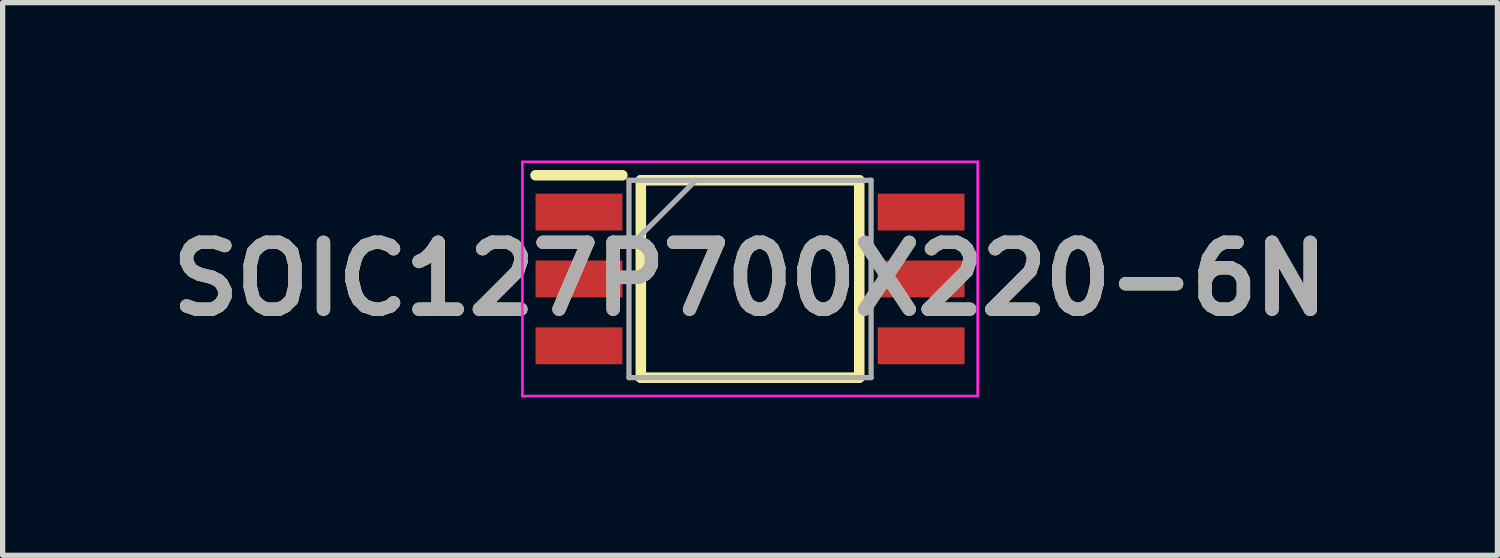
<source format=kicad_pcb>
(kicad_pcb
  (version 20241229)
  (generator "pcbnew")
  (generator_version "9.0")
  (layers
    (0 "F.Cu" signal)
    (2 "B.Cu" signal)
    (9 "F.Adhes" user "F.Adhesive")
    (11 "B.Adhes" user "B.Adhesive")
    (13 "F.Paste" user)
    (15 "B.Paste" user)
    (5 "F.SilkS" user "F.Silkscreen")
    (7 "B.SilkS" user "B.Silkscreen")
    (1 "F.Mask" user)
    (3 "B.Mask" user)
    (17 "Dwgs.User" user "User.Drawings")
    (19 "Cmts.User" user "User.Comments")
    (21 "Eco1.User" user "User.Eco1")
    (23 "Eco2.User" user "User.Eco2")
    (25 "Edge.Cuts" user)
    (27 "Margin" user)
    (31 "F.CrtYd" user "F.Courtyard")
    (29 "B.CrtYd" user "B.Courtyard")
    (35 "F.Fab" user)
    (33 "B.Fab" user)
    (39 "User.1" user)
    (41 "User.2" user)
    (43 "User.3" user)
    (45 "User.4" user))
  (footprint "SOIC127P700X220-6N"
    (layer "F.Cu")
    (at 11.2 2.25)
    (property "Reference" "SOIC127P700X220-6N" (at 0 0 0) (layer "F.SilkS") (effects (font (size 1.27 1.27) (thickness 0.254))))
    (attr smd)
    (fp_line (start -4.075 -1.97) (end -2.425 -1.97) (stroke (width 0.2) (type solid)) (layer "F.SilkS"))
    (fp_line (start -2.075 -1.875) (end 2.075 -1.875) (stroke (width 0.2) (type solid)) (layer "F.SilkS"))
    (fp_line (start -2.075 1.875) (end -2.075 -1.875) (stroke (width 0.2) (type solid)) (layer "F.SilkS"))
    (fp_line (start 2.075 -1.875) (end 2.075 1.875) (stroke (width 0.2) (type solid)) (layer "F.SilkS"))
    (fp_line (start 2.075 1.875) (end -2.075 1.875) (stroke (width 0.2) (type solid)) (layer "F.SilkS"))
    (fp_line (start -4.325 -2.225) (end 4.325 -2.225) (stroke (width 0.05) (type solid)) (layer "F.CrtYd"))
    (fp_line (start -4.325 2.225) (end -4.325 -2.225) (stroke (width 0.05) (type solid)) (layer "F.CrtYd"))
    (fp_line (start 4.325 -2.225) (end 4.325 2.225) (stroke (width 0.05) (type solid)) (layer "F.CrtYd"))
    (fp_line (start 4.325 2.225) (end -4.325 2.225) (stroke (width 0.05) (type solid)) (layer "F.CrtYd"))
    (fp_line (start -2.3 -1.875) (end 2.3 -1.875) (stroke (width 0.1) (type solid)) (layer "F.Fab"))
    (fp_line (start -2.3 -0.605) (end -1.03 -1.875) (stroke (width 0.1) (type solid)) (layer "F.Fab"))
    (fp_line (start -2.3 1.875) (end -2.3 -1.875) (stroke (width 0.1) (type solid)) (layer "F.Fab"))
    (fp_line (start 2.3 -1.875) (end 2.3 1.875) (stroke (width 0.1) (type solid)) (layer "F.Fab"))
    (fp_line (start 2.3 1.875) (end -2.3 1.875) (stroke (width 0.1) (type solid)) (layer "F.Fab"))
    (fp_text user "${REFERENCE}" (at 0 0 0) (layer "F.Fab") (effects (font (size 1.27 1.27) (thickness 0.254))))
    (pad "1" smd rect (at -3.25 -1.27 90) (size 0.7 1.65) (layers "F.Cu" "F.Mask" "F.Paste"))
    (pad "2" smd rect (at -3.25 0 90) (size 0.7 1.65) (layers "F.Cu" "F.Mask" "F.Paste"))
    (pad "3" smd rect (at -3.25 1.27 90) (size 0.7 1.65) (layers "F.Cu" "F.Mask" "F.Paste"))
    (pad "4" smd rect (at 3.25 1.27 90) (size 0.7 1.65) (layers "F.Cu" "F.Mask" "F.Paste"))
    (pad "5" smd rect (at 3.25 0 90) (size 0.7 1.65) (layers "F.Cu" "F.Mask" "F.Paste"))
    (pad "6" smd rect (at 3.25 -1.27 90) (size 0.7 1.65) (layers "F.Cu" "F.Mask" "F.Paste")))
  (gr_rect
    (start -3 -3)
    (end 25.4 7.5)
    (stroke (width 0.1) (type default))
    (fill no)
    (layer "Edge.Cuts")))
</source>
